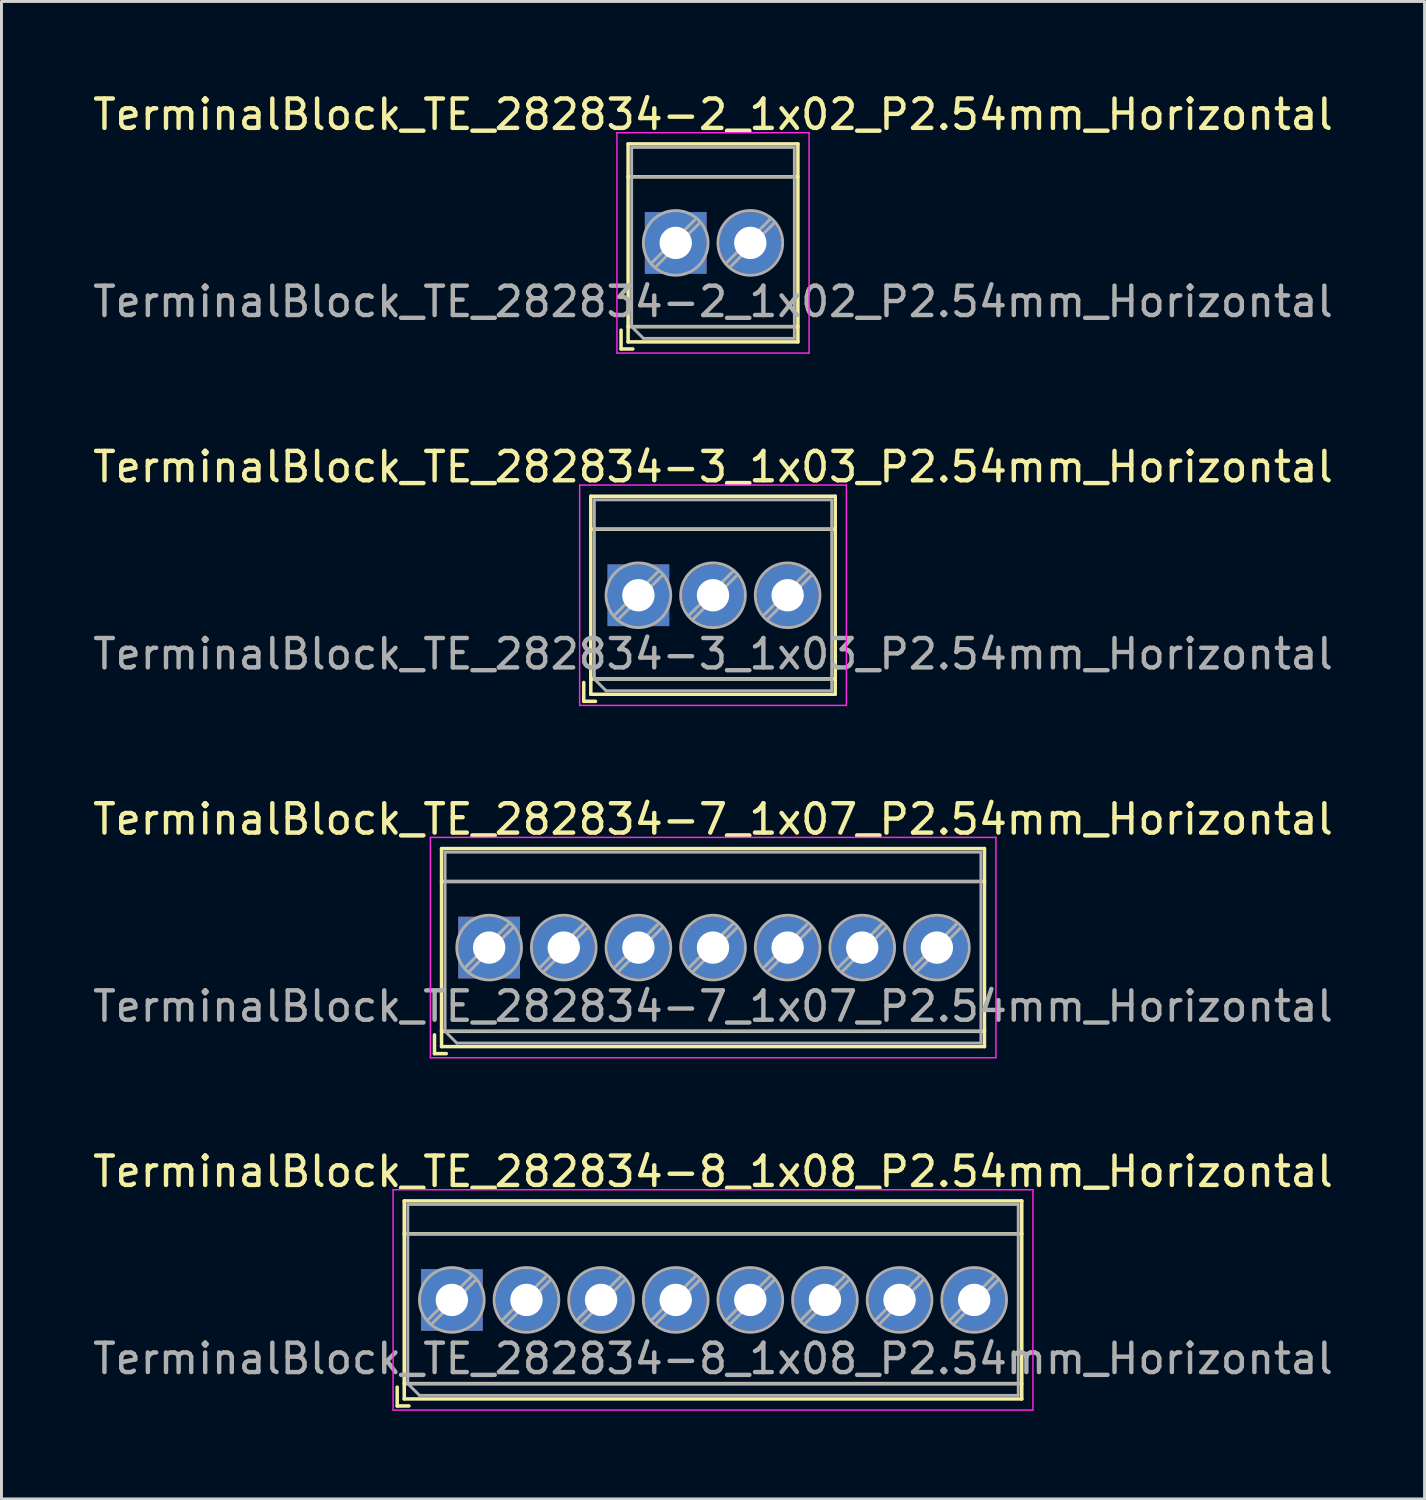
<source format=kicad_pcb>
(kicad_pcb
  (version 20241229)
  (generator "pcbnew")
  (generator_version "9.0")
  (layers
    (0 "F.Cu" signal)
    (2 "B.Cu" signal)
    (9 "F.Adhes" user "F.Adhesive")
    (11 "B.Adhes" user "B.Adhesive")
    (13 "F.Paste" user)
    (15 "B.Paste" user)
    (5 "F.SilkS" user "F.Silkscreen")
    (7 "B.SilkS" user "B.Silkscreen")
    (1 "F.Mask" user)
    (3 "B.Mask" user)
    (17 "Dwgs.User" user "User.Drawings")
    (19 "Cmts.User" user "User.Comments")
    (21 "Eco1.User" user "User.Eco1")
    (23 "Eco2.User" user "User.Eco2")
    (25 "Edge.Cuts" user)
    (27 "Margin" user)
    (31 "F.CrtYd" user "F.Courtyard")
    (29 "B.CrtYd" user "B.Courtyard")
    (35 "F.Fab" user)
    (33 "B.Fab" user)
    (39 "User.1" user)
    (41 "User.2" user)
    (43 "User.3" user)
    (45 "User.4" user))
  (footprint "TerminalBlock_TE_282834-8_1x08_P2.54mm_Horizontal"
    (layer "F.Cu")
    (at 12.33 41.198)
    (property "Reference" "TerminalBlock_TE_282834-8_1x08_P2.54mm_Horizontal" (at 8.89 -4.37 0) (layer "F.SilkS") (effects (font (size 1 1) (thickness 0.15))))
    (attr through_hole)
    (fp_line (start -1.86 2.97) (end -1.86 3.61) (stroke (width 0.12) (type solid)) (layer "F.SilkS"))
    (fp_line (start -1.86 3.61) (end -1.46 3.61) (stroke (width 0.12) (type solid)) (layer "F.SilkS"))
    (fp_line (start -1.62 -3.37) (end -1.62 3.37) (stroke (width 0.12) (type solid)) (layer "F.SilkS"))
    (fp_line (start -1.62 -3.37) (end 19.4 -3.37) (stroke (width 0.12) (type solid)) (layer "F.SilkS"))
    (fp_line (start -1.62 -2.25) (end 19.4 -2.25) (stroke (width 0.12) (type solid)) (layer "F.SilkS"))
    (fp_line (start -1.62 2.85) (end 19.4 2.85) (stroke (width 0.12) (type solid)) (layer "F.SilkS"))
    (fp_line (start -1.62 3.37) (end 19.4 3.37) (stroke (width 0.12) (type solid)) (layer "F.SilkS"))
    (fp_line (start 19.4 -3.37) (end 19.4 3.37) (stroke (width 0.12) (type solid)) (layer "F.SilkS"))
    (fp_line (start -2 -3.75) (end -2 3.75) (stroke (width 0.05) (type solid)) (layer "F.CrtYd"))
    (fp_line (start -2 3.75) (end 19.78 3.75) (stroke (width 0.05) (type solid)) (layer "F.CrtYd"))
    (fp_line (start 19.78 -3.75) (end -2 -3.75) (stroke (width 0.05) (type solid)) (layer "F.CrtYd"))
    (fp_line (start 19.78 3.75) (end 19.78 -3.75) (stroke (width 0.05) (type solid)) (layer "F.CrtYd"))
    (fp_line (start -1.5 -3.25) (end 19.28 -3.25) (stroke (width 0.1) (type solid)) (layer "F.Fab"))
    (fp_line (start -1.5 -2.25) (end 19.28 -2.25) (stroke (width 0.1) (type solid)) (layer "F.Fab"))
    (fp_line (start -1.5 2.85) (end -1.5 -3.25) (stroke (width 0.1) (type solid)) (layer "F.Fab"))
    (fp_line (start -1.5 2.85) (end 19.28 2.85) (stroke (width 0.1) (type solid)) (layer "F.Fab"))
    (fp_line (start -1.1 3.25) (end -1.5 2.85) (stroke (width 0.1) (type solid)) (layer "F.Fab"))
    (fp_line (start 0.701 -0.835) (end -0.835 0.7) (stroke (width 0.1) (type solid)) (layer "F.Fab"))
    (fp_line (start 0.835 -0.7) (end -0.701 0.835) (stroke (width 0.1) (type solid)) (layer "F.Fab"))
    (fp_line (start 3.241 -0.835) (end 1.706 0.7) (stroke (width 0.1) (type solid)) (layer "F.Fab"))
    (fp_line (start 3.375 -0.7) (end 1.84 0.835) (stroke (width 0.1) (type solid)) (layer "F.Fab"))
    (fp_line (start 5.781 -0.835) (end 4.246 0.7) (stroke (width 0.1) (type solid)) (layer "F.Fab"))
    (fp_line (start 5.915 -0.7) (end 4.38 0.835) (stroke (width 0.1) (type solid)) (layer "F.Fab"))
    (fp_line (start 8.321 -0.835) (end 6.786 0.7) (stroke (width 0.1) (type solid)) (layer "F.Fab"))
    (fp_line (start 8.455 -0.7) (end 6.92 0.835) (stroke (width 0.1) (type solid)) (layer "F.Fab"))
    (fp_line (start 10.861 -0.835) (end 9.326 0.7) (stroke (width 0.1) (type solid)) (layer "F.Fab"))
    (fp_line (start 10.995 -0.7) (end 9.46 0.835) (stroke (width 0.1) (type solid)) (layer "F.Fab"))
    (fp_line (start 13.401 -0.835) (end 11.866 0.7) (stroke (width 0.1) (type solid)) (layer "F.Fab"))
    (fp_line (start 13.535 -0.7) (end 12 0.835) (stroke (width 0.1) (type solid)) (layer "F.Fab"))
    (fp_line (start 15.941 -0.835) (end 14.406 0.7) (stroke (width 0.1) (type solid)) (layer "F.Fab"))
    (fp_line (start 16.075 -0.7) (end 14.54 0.835) (stroke (width 0.1) (type solid)) (layer "F.Fab"))
    (fp_line (start 18.481 -0.835) (end 16.946 0.7) (stroke (width 0.1) (type solid)) (layer "F.Fab"))
    (fp_line (start 18.615 -0.7) (end 17.08 0.835) (stroke (width 0.1) (type solid)) (layer "F.Fab"))
    (fp_line (start 19.28 -3.25) (end 19.28 3.25) (stroke (width 0.1) (type solid)) (layer "F.Fab"))
    (fp_line (start 19.28 3.25) (end -1.1 3.25) (stroke (width 0.1) (type solid)) (layer "F.Fab"))
    (fp_circle (center 0 0) (end 1.1 0) (stroke (width 0.1) (type solid)) (fill no) (layer "F.Fab"))
    (fp_circle (center 2.54 0) (end 3.64 0) (stroke (width 0.1) (type solid)) (fill no) (layer "F.Fab"))
    (fp_circle (center 5.08 0) (end 6.18 0) (stroke (width 0.1) (type solid)) (fill no) (layer "F.Fab"))
    (fp_circle (center 7.62 0) (end 8.72 0) (stroke (width 0.1) (type solid)) (fill no) (layer "F.Fab"))
    (fp_circle (center 10.16 0) (end 11.26 0) (stroke (width 0.1) (type solid)) (fill no) (layer "F.Fab"))
    (fp_circle (center 12.7 0) (end 13.8 0) (stroke (width 0.1) (type solid)) (fill no) (layer "F.Fab"))
    (fp_circle (center 15.24 0) (end 16.34 0) (stroke (width 0.1) (type solid)) (fill no) (layer "F.Fab"))
    (fp_circle (center 17.78 0) (end 18.88 0) (stroke (width 0.1) (type solid)) (fill no) (layer "F.Fab"))
    (fp_text user "${REFERENCE}" (at 8.89 2 0) (layer "F.Fab") (effects (font (size 1 1) (thickness 0.15))))
    (pad "1" thru_hole rect (at 0 0) (size 2.1 2.1) (drill 1.1) (layers "*.Cu" "*.Mask"))
    (pad "2" thru_hole circle (at 2.54 0) (size 2.1 2.1) (drill 1.1) (layers "*.Cu" "*.Mask"))
    (pad "3" thru_hole circle (at 5.08 0) (size 2.1 2.1) (drill 1.1) (layers "*.Cu" "*.Mask"))
    (pad "4" thru_hole circle (at 7.62 0) (size 2.1 2.1) (drill 1.1) (layers "*.Cu" "*.Mask"))
    (pad "5" thru_hole circle (at 10.16 0) (size 2.1 2.1) (drill 1.1) (layers "*.Cu" "*.Mask"))
    (pad "6" thru_hole circle (at 12.7 0) (size 2.1 2.1) (drill 1.1) (layers "*.Cu" "*.Mask"))
    (pad "7" thru_hole circle (at 15.24 0) (size 2.1 2.1) (drill 1.1) (layers "*.Cu" "*.Mask"))
    (pad "8" thru_hole circle (at 17.78 0) (size 2.1 2.1) (drill 1.1) (layers "*.Cu" "*.Mask")))
  (footprint "TerminalBlock_TE_282834-2_1x02_P2.54mm_Horizontal"
    (layer "F.Cu")
    (at 19.95 5.218)
    (property "Reference" "TerminalBlock_TE_282834-2_1x02_P2.54mm_Horizontal" (at 1.27 -4.37 0) (layer "F.SilkS") (effects (font (size 1 1) (thickness 0.15))))
    (attr through_hole)
    (fp_line (start -1.86 2.97) (end -1.86 3.61) (stroke (width 0.12) (type solid)) (layer "F.SilkS"))
    (fp_line (start -1.86 3.61) (end -1.46 3.61) (stroke (width 0.12) (type solid)) (layer "F.SilkS"))
    (fp_line (start -1.62 -3.37) (end -1.62 3.37) (stroke (width 0.12) (type solid)) (layer "F.SilkS"))
    (fp_line (start -1.62 -3.37) (end 4.16 -3.37) (stroke (width 0.12) (type solid)) (layer "F.SilkS"))
    (fp_line (start -1.62 -2.25) (end 4.16 -2.25) (stroke (width 0.12) (type solid)) (layer "F.SilkS"))
    (fp_line (start -1.62 2.85) (end 4.16 2.85) (stroke (width 0.12) (type solid)) (layer "F.SilkS"))
    (fp_line (start -1.62 3.37) (end 4.16 3.37) (stroke (width 0.12) (type solid)) (layer "F.SilkS"))
    (fp_line (start 4.16 -3.37) (end 4.16 3.37) (stroke (width 0.12) (type solid)) (layer "F.SilkS"))
    (fp_line (start -2 -3.75) (end -2 3.75) (stroke (width 0.05) (type solid)) (layer "F.CrtYd"))
    (fp_line (start -2 3.75) (end 4.54 3.75) (stroke (width 0.05) (type solid)) (layer "F.CrtYd"))
    (fp_line (start 4.54 -3.75) (end -2 -3.75) (stroke (width 0.05) (type solid)) (layer "F.CrtYd"))
    (fp_line (start 4.54 3.75) (end 4.54 -3.75) (stroke (width 0.05) (type solid)) (layer "F.CrtYd"))
    (fp_line (start -1.5 -3.25) (end 4.04 -3.25) (stroke (width 0.1) (type solid)) (layer "F.Fab"))
    (fp_line (start -1.5 -2.25) (end 4.04 -2.25) (stroke (width 0.1) (type solid)) (layer "F.Fab"))
    (fp_line (start -1.5 2.85) (end -1.5 -3.25) (stroke (width 0.1) (type solid)) (layer "F.Fab"))
    (fp_line (start -1.5 2.85) (end 4.04 2.85) (stroke (width 0.1) (type solid)) (layer "F.Fab"))
    (fp_line (start -1.1 3.25) (end -1.5 2.85) (stroke (width 0.1) (type solid)) (layer "F.Fab"))
    (fp_line (start 0.701 -0.835) (end -0.835 0.7) (stroke (width 0.1) (type solid)) (layer "F.Fab"))
    (fp_line (start 0.835 -0.7) (end -0.701 0.835) (stroke (width 0.1) (type solid)) (layer "F.Fab"))
    (fp_line (start 3.241 -0.835) (end 1.706 0.7) (stroke (width 0.1) (type solid)) (layer "F.Fab"))
    (fp_line (start 3.375 -0.7) (end 1.84 0.835) (stroke (width 0.1) (type solid)) (layer "F.Fab"))
    (fp_line (start 4.04 -3.25) (end 4.04 3.25) (stroke (width 0.1) (type solid)) (layer "F.Fab"))
    (fp_line (start 4.04 3.25) (end -1.1 3.25) (stroke (width 0.1) (type solid)) (layer "F.Fab"))
    (fp_circle (center 0 0) (end 1.1 0) (stroke (width 0.1) (type solid)) (fill no) (layer "F.Fab"))
    (fp_circle (center 2.54 0) (end 3.64 0) (stroke (width 0.1) (type solid)) (fill no) (layer "F.Fab"))
    (fp_text user "${REFERENCE}" (at 1.27 2 0) (layer "F.Fab") (effects (font (size 1 1) (thickness 0.15))))
    (pad "1" thru_hole rect (at 0 0) (size 2.1 2.1) (drill 1.1) (layers "*.Cu" "*.Mask"))
    (pad "2" thru_hole circle (at 2.54 0) (size 2.1 2.1) (drill 1.1) (layers "*.Cu" "*.Mask")))
  (footprint "TerminalBlock_TE_282834-3_1x03_P2.54mm_Horizontal"
    (layer "F.Cu")
    (at 18.68 17.212)
    (property "Reference" "TerminalBlock_TE_282834-3_1x03_P2.54mm_Horizontal" (at 2.54 -4.37 0) (layer "F.SilkS") (effects (font (size 1 1) (thickness 0.15))))
    (attr through_hole)
    (fp_line (start -1.86 2.97) (end -1.86 3.61) (stroke (width 0.12) (type solid)) (layer "F.SilkS"))
    (fp_line (start -1.86 3.61) (end -1.46 3.61) (stroke (width 0.12) (type solid)) (layer "F.SilkS"))
    (fp_line (start -1.62 -3.37) (end -1.62 3.37) (stroke (width 0.12) (type solid)) (layer "F.SilkS"))
    (fp_line (start -1.62 -3.37) (end 6.7 -3.37) (stroke (width 0.12) (type solid)) (layer "F.SilkS"))
    (fp_line (start -1.62 -2.25) (end 6.7 -2.25) (stroke (width 0.12) (type solid)) (layer "F.SilkS"))
    (fp_line (start -1.62 2.85) (end 6.7 2.85) (stroke (width 0.12) (type solid)) (layer "F.SilkS"))
    (fp_line (start -1.62 3.37) (end 6.7 3.37) (stroke (width 0.12) (type solid)) (layer "F.SilkS"))
    (fp_line (start 6.7 -3.37) (end 6.7 3.37) (stroke (width 0.12) (type solid)) (layer "F.SilkS"))
    (fp_line (start -2 -3.75) (end -2 3.75) (stroke (width 0.05) (type solid)) (layer "F.CrtYd"))
    (fp_line (start -2 3.75) (end 7.08 3.75) (stroke (width 0.05) (type solid)) (layer "F.CrtYd"))
    (fp_line (start 7.08 -3.75) (end -2 -3.75) (stroke (width 0.05) (type solid)) (layer "F.CrtYd"))
    (fp_line (start 7.08 3.75) (end 7.08 -3.75) (stroke (width 0.05) (type solid)) (layer "F.CrtYd"))
    (fp_line (start -1.5 -3.25) (end 6.58 -3.25) (stroke (width 0.1) (type solid)) (layer "F.Fab"))
    (fp_line (start -1.5 -2.25) (end 6.58 -2.25) (stroke (width 0.1) (type solid)) (layer "F.Fab"))
    (fp_line (start -1.5 2.85) (end -1.5 -3.25) (stroke (width 0.1) (type solid)) (layer "F.Fab"))
    (fp_line (start -1.5 2.85) (end 6.58 2.85) (stroke (width 0.1) (type solid)) (layer "F.Fab"))
    (fp_line (start -1.1 3.25) (end -1.5 2.85) (stroke (width 0.1) (type solid)) (layer "F.Fab"))
    (fp_line (start 0.701 -0.835) (end -0.835 0.7) (stroke (width 0.1) (type solid)) (layer "F.Fab"))
    (fp_line (start 0.835 -0.7) (end -0.701 0.835) (stroke (width 0.1) (type solid)) (layer "F.Fab"))
    (fp_line (start 3.241 -0.835) (end 1.706 0.7) (stroke (width 0.1) (type solid)) (layer "F.Fab"))
    (fp_line (start 3.375 -0.7) (end 1.84 0.835) (stroke (width 0.1) (type solid)) (layer "F.Fab"))
    (fp_line (start 5.781 -0.835) (end 4.246 0.7) (stroke (width 0.1) (type solid)) (layer "F.Fab"))
    (fp_line (start 5.915 -0.7) (end 4.38 0.835) (stroke (width 0.1) (type solid)) (layer "F.Fab"))
    (fp_line (start 6.58 -3.25) (end 6.58 3.25) (stroke (width 0.1) (type solid)) (layer "F.Fab"))
    (fp_line (start 6.58 3.25) (end -1.1 3.25) (stroke (width 0.1) (type solid)) (layer "F.Fab"))
    (fp_circle (center 0 0) (end 1.1 0) (stroke (width 0.1) (type solid)) (fill no) (layer "F.Fab"))
    (fp_circle (center 2.54 0) (end 3.64 0) (stroke (width 0.1) (type solid)) (fill no) (layer "F.Fab"))
    (fp_circle (center 5.08 0) (end 6.18 0) (stroke (width 0.1) (type solid)) (fill no) (layer "F.Fab"))
    (fp_text user "${REFERENCE}" (at 2.54 2 0) (layer "F.Fab") (effects (font (size 1 1) (thickness 0.15))))
    (pad "1" thru_hole rect (at 0 0) (size 2.1 2.1) (drill 1.1) (layers "*.Cu" "*.Mask"))
    (pad "2" thru_hole circle (at 2.54 0) (size 2.1 2.1) (drill 1.1) (layers "*.Cu" "*.Mask"))
    (pad "3" thru_hole circle (at 5.08 0) (size 2.1 2.1) (drill 1.1) (layers "*.Cu" "*.Mask")))
  (footprint "TerminalBlock_TE_282834-7_1x07_P2.54mm_Horizontal"
    (layer "F.Cu")
    (at 13.6 29.205)
    (property "Reference" "TerminalBlock_TE_282834-7_1x07_P2.54mm_Horizontal" (at 7.62 -4.37 0) (layer "F.SilkS") (effects (font (size 1 1) (thickness 0.15))))
    (attr through_hole)
    (fp_line (start -1.86 2.97) (end -1.86 3.61) (stroke (width 0.12) (type solid)) (layer "F.SilkS"))
    (fp_line (start -1.86 3.61) (end -1.46 3.61) (stroke (width 0.12) (type solid)) (layer "F.SilkS"))
    (fp_line (start -1.62 -3.37) (end -1.62 3.37) (stroke (width 0.12) (type solid)) (layer "F.SilkS"))
    (fp_line (start -1.62 -3.37) (end 16.86 -3.37) (stroke (width 0.12) (type solid)) (layer "F.SilkS"))
    (fp_line (start -1.62 -2.25) (end 16.86 -2.25) (stroke (width 0.12) (type solid)) (layer "F.SilkS"))
    (fp_line (start -1.62 2.85) (end 16.86 2.85) (stroke (width 0.12) (type solid)) (layer "F.SilkS"))
    (fp_line (start -1.62 3.37) (end 16.86 3.37) (stroke (width 0.12) (type solid)) (layer "F.SilkS"))
    (fp_line (start 16.86 -3.37) (end 16.86 3.37) (stroke (width 0.12) (type solid)) (layer "F.SilkS"))
    (fp_line (start -2 -3.75) (end -2 3.75) (stroke (width 0.05) (type solid)) (layer "F.CrtYd"))
    (fp_line (start -2 3.75) (end 17.25 3.75) (stroke (width 0.05) (type solid)) (layer "F.CrtYd"))
    (fp_line (start 17.25 -3.75) (end -2 -3.75) (stroke (width 0.05) (type solid)) (layer "F.CrtYd"))
    (fp_line (start 17.25 3.75) (end 17.25 -3.75) (stroke (width 0.05) (type solid)) (layer "F.CrtYd"))
    (fp_line (start -1.5 -3.25) (end 16.74 -3.25) (stroke (width 0.1) (type solid)) (layer "F.Fab"))
    (fp_line (start -1.5 -2.25) (end 16.74 -2.25) (stroke (width 0.1) (type solid)) (layer "F.Fab"))
    (fp_line (start -1.5 2.85) (end -1.5 -3.25) (stroke (width 0.1) (type solid)) (layer "F.Fab"))
    (fp_line (start -1.5 2.85) (end 16.74 2.85) (stroke (width 0.1) (type solid)) (layer "F.Fab"))
    (fp_line (start -1.1 3.25) (end -1.5 2.85) (stroke (width 0.1) (type solid)) (layer "F.Fab"))
    (fp_line (start 0.701 -0.835) (end -0.835 0.7) (stroke (width 0.1) (type solid)) (layer "F.Fab"))
    (fp_line (start 0.835 -0.7) (end -0.701 0.835) (stroke (width 0.1) (type solid)) (layer "F.Fab"))
    (fp_line (start 3.241 -0.835) (end 1.706 0.7) (stroke (width 0.1) (type solid)) (layer "F.Fab"))
    (fp_line (start 3.375 -0.7) (end 1.84 0.835) (stroke (width 0.1) (type solid)) (layer "F.Fab"))
    (fp_line (start 5.781 -0.835) (end 4.246 0.7) (stroke (width 0.1) (type solid)) (layer "F.Fab"))
    (fp_line (start 5.915 -0.7) (end 4.38 0.835) (stroke (width 0.1) (type solid)) (layer "F.Fab"))
    (fp_line (start 8.321 -0.835) (end 6.786 0.7) (stroke (width 0.1) (type solid)) (layer "F.Fab"))
    (fp_line (start 8.455 -0.7) (end 6.92 0.835) (stroke (width 0.1) (type solid)) (layer "F.Fab"))
    (fp_line (start 10.861 -0.835) (end 9.326 0.7) (stroke (width 0.1) (type solid)) (layer "F.Fab"))
    (fp_line (start 10.995 -0.7) (end 9.46 0.835) (stroke (width 0.1) (type solid)) (layer "F.Fab"))
    (fp_line (start 13.401 -0.835) (end 11.866 0.7) (stroke (width 0.1) (type solid)) (layer "F.Fab"))
    (fp_line (start 13.535 -0.7) (end 12 0.835) (stroke (width 0.1) (type solid)) (layer "F.Fab"))
    (fp_line (start 15.941 -0.835) (end 14.406 0.7) (stroke (width 0.1) (type solid)) (layer "F.Fab"))
    (fp_line (start 16.075 -0.7) (end 14.54 0.835) (stroke (width 0.1) (type solid)) (layer "F.Fab"))
    (fp_line (start 16.74 -3.25) (end 16.74 3.25) (stroke (width 0.1) (type solid)) (layer "F.Fab"))
    (fp_line (start 16.74 3.25) (end -1.1 3.25) (stroke (width 0.1) (type solid)) (layer "F.Fab"))
    (fp_circle (center 0 0) (end 1.1 0) (stroke (width 0.1) (type solid)) (fill no) (layer "F.Fab"))
    (fp_circle (center 2.54 0) (end 3.64 0) (stroke (width 0.1) (type solid)) (fill no) (layer "F.Fab"))
    (fp_circle (center 5.08 0) (end 6.18 0) (stroke (width 0.1) (type solid)) (fill no) (layer "F.Fab"))
    (fp_circle (center 7.62 0) (end 8.72 0) (stroke (width 0.1) (type solid)) (fill no) (layer "F.Fab"))
    (fp_circle (center 10.16 0) (end 11.26 0) (stroke (width 0.1) (type solid)) (fill no) (layer "F.Fab"))
    (fp_circle (center 12.7 0) (end 13.8 0) (stroke (width 0.1) (type solid)) (fill no) (layer "F.Fab"))
    (fp_circle (center 15.24 0) (end 16.34 0) (stroke (width 0.1) (type solid)) (fill no) (layer "F.Fab"))
    (fp_text user "${REFERENCE}" (at 7.62 2 0) (layer "F.Fab") (effects (font (size 1 1) (thickness 0.15))))
    (pad "1" thru_hole rect (at 0 0) (size 2.1 2.1) (drill 1.1) (layers "*.Cu" "*.Mask"))
    (pad "2" thru_hole circle (at 2.54 0) (size 2.1 2.1) (drill 1.1) (layers "*.Cu" "*.Mask"))
    (pad "3" thru_hole circle (at 5.08 0) (size 2.1 2.1) (drill 1.1) (layers "*.Cu" "*.Mask"))
    (pad "4" thru_hole circle (at 7.62 0) (size 2.1 2.1) (drill 1.1) (layers "*.Cu" "*.Mask"))
    (pad "5" thru_hole circle (at 10.16 0) (size 2.1 2.1) (drill 1.1) (layers "*.Cu" "*.Mask"))
    (pad "6" thru_hole circle (at 12.7 0) (size 2.1 2.1) (drill 1.1) (layers "*.Cu" "*.Mask"))
    (pad "7" thru_hole circle (at 15.24 0) (size 2.1 2.1) (drill 1.1) (layers "*.Cu" "*.Mask")))
  (gr_rect
    (start -3 -3)
    (end 45.44 47.973)
    (stroke (width 0.1) (type default))
    (fill no)
    (layer "Edge.Cuts")))
</source>
